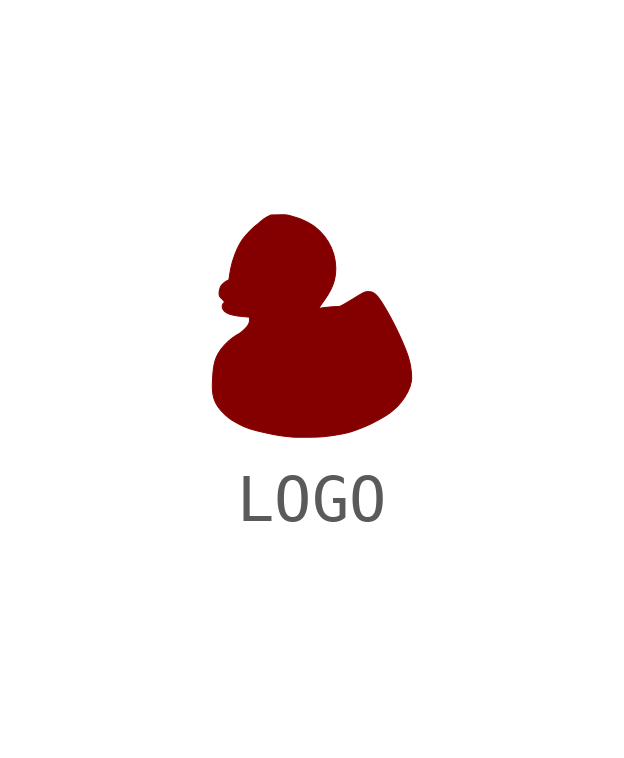
<source format=kicad_sym>
(kicad_symbol_lib
  (version 20241209)
  (generator "kicad_symbol_editor")
  (generator_version "9.0")
  (symbol "LOGO"
    (pin_names
      (offset 1.016))
    (property "Reference" "#G"
      (at 0 1.866 0)
      (effects (font (size 1.27 1.27)) (hide yes)))
    (symbol "LOGO_0_0"
      (polyline (pts (xy -0.138 -2.294) (xy -0.065 -2.293) (xy 0.005 -2.292) (xy 0.066 -2.29) (xy 0.116 -2.288) (xy 0.151 -2.286) (xy 0.22 -2.279) (xy 0.323 -2.267) (xy 0.426 -2.252) (xy 0.525 -2.235) (xy 0.615 -2.218) (xy 0.694 -2.2) (xy 0.757 -2.182) (xy 0.831 -2.158) (xy 0.916 -2.127) (xy 1.001 -2.094) (xy 1.082 -2.06) (xy 1.154 -2.028) (xy 1.211 -2) (xy 1.262 -1.973) (xy 1.342 -1.93) (xy 1.408 -1.893) (xy 1.463 -1.861) (xy 1.51 -1.832) (xy 1.551 -1.804) (xy 1.589 -1.776) (xy 1.626 -1.746) (xy 1.665 -1.713) (xy 1.736 -1.647) (xy 1.819 -1.551) (xy 1.891 -1.449) (xy 1.95 -1.344) (xy 1.995 -1.237) (xy 2.022 -1.133) (xy 2.023 -1.128) (xy 2.029 -1.065) (xy 2.027 -0.988) (xy 2.019 -0.901) (xy 2.006 -0.81) (xy 1.987 -0.718) (xy 1.962 -0.628) (xy 1.944 -0.572) (xy 1.91 -0.479) (xy 1.868 -0.376) (xy 1.82 -0.264) (xy 1.767 -0.148) (xy 1.711 -0.03) (xy 1.653 0.085) (xy 1.595 0.196) (xy 1.539 0.298) (xy 1.518 0.333) (xy 1.462 0.429) (xy 1.413 0.509) (xy 1.369 0.575) (xy 1.33 0.627) (xy 1.295 0.668) (xy 1.261 0.698) (xy 1.228 0.72) (xy 1.196 0.733) (xy 1.161 0.74) (xy 1.123 0.742) (xy 1.099 0.741) (xy 1.074 0.738) (xy 1.048 0.73) (xy 1.017 0.716) (xy 0.979 0.696) (xy 0.931 0.668) (xy 0.869 0.63) (xy 0.869 0.63) (xy 0.813 0.595) (xy 0.751 0.558) (xy 0.691 0.522) (xy 0.64 0.492) (xy 0.633 0.488) (xy 0.59 0.464) (xy 0.559 0.447) (xy 0.535 0.437) (xy 0.513 0.432) (xy 0.488 0.43) (xy 0.456 0.43) (xy 0.455 0.43) (xy 0.421 0.429) (xy 0.377 0.426) (xy 0.325 0.422) (xy 0.271 0.416) (xy 0.22 0.411) (xy 0.174 0.405) (xy 0.14 0.4) (xy 0.12 0.396) (xy 0.112 0.394) (xy 0.103 0.399) (xy 0.108 0.418) (xy 0.127 0.45) (xy 0.16 0.496) (xy 0.216 0.574) (xy 0.285 0.679) (xy 0.34 0.777) (xy 0.382 0.87) (xy 0.413 0.961) (xy 0.433 1.053) (xy 0.444 1.148) (xy 0.447 1.244) (xy 0.434 1.385) (xy 0.404 1.523) (xy 0.356 1.655) (xy 0.291 1.78) (xy 0.21 1.898) (xy 0.113 2.005) (xy 0.002 2.1) (xy -0.051 2.136) (xy -0.125 2.18) (xy -0.205 2.22) (xy -0.284 2.255) (xy -0.357 2.281) (xy -0.368 2.284) (xy -0.418 2.299) (xy -0.469 2.314) (xy -0.509 2.326) (xy -0.534 2.333) (xy -0.56 2.338) (xy -0.59 2.342) (xy -0.627 2.344) (xy -0.675 2.344) (xy -0.739 2.343) (xy -0.904 2.34) (xy -0.98 2.303) (xy -0.986 2.3) (xy -1.056 2.257) (xy -1.121 2.204) (xy -1.133 2.194) (xy -1.167 2.164) (xy -1.198 2.138) (xy -1.221 2.121) (xy -1.235 2.111) (xy -1.267 2.082) (xy -1.307 2.044) (xy -1.351 2) (xy -1.396 1.952) (xy -1.438 1.905) (xy -1.474 1.862) (xy -1.501 1.826) (xy -1.546 1.755) (xy -1.609 1.635) (xy -1.663 1.503) (xy -1.71 1.362) (xy -1.745 1.217) (xy -1.77 1.072) (xy -1.771 1.063) (xy -1.777 1.021) (xy -1.782 0.994) (xy -1.789 0.981) (xy -1.797 0.977) (xy -1.803 0.976) (xy -1.828 0.966) (xy -1.859 0.945) (xy -1.893 0.919) (xy -1.922 0.891) (xy -1.944 0.864) (xy -1.962 0.829) (xy -1.979 0.774) (xy -1.987 0.718) (xy -1.984 0.669) (xy -1.976 0.646) (xy -1.956 0.618) (xy -1.924 0.586) (xy -1.907 0.57) (xy -1.887 0.549) (xy -1.879 0.534) (xy -1.88 0.52) (xy -1.886 0.506) (xy -1.895 0.498) (xy -1.897 0.498) (xy -1.907 0.486) (xy -1.916 0.464) (xy -1.921 0.437) (xy -1.92 0.413) (xy -1.919 0.406) (xy -1.9 0.363) (xy -1.869 0.327) (xy -1.825 0.297) (xy -1.765 0.271) (xy -1.689 0.251) (xy -1.596 0.234) (xy -1.485 0.222) (xy -1.353 0.21) (xy -1.35 0.164) (xy -1.35 0.153) (xy -1.356 0.103) (xy -1.376 0.055) (xy -1.411 0.005) (xy -1.464 -0.05) (xy -1.483 -0.067) (xy -1.519 -0.098) (xy -1.552 -0.123) (xy -1.577 -0.139) (xy -1.613 -0.158) (xy -1.704 -0.219) (xy -1.793 -0.292) (xy -1.876 -0.375) (xy -1.949 -0.462) (xy -2.006 -0.55) (xy -2.03 -0.596) (xy -2.055 -0.653) (xy -2.075 -0.715) (xy -2.091 -0.782) (xy -2.104 -0.859) (xy -2.114 -0.947) (xy -2.121 -1.05) (xy -2.127 -1.169) (xy -2.127 -1.283) (xy -2.117 -1.389) (xy -2.095 -1.484) (xy -2.061 -1.571) (xy -2.013 -1.654) (xy -1.949 -1.735) (xy -1.869 -1.817) (xy -1.841 -1.843) (xy -1.784 -1.891) (xy -1.728 -1.932) (xy -1.665 -1.97) (xy -1.634 -1.987) (xy -1.558 -2.028) (xy -1.487 -2.063) (xy -1.418 -2.092) (xy -1.347 -2.118) (xy -1.268 -2.141) (xy -1.179 -2.165) (xy -1.075 -2.189) (xy -0.994 -2.207) (xy -0.898 -2.228) (xy -0.814 -2.244) (xy -0.74 -2.257) (xy -0.671 -2.267) (xy -0.606 -2.275) (xy -0.575 -2.279) (xy -0.532 -2.283) (xy -0.496 -2.287) (xy -0.474 -2.289) (xy -0.449 -2.291) (xy -0.406 -2.293) (xy -0.35 -2.294) (xy -0.284 -2.294) (xy -0.212 -2.294) (xy -0.138 -2.294)) (stroke (width 0.01) (type default)) (fill (type outline))))))
</source>
